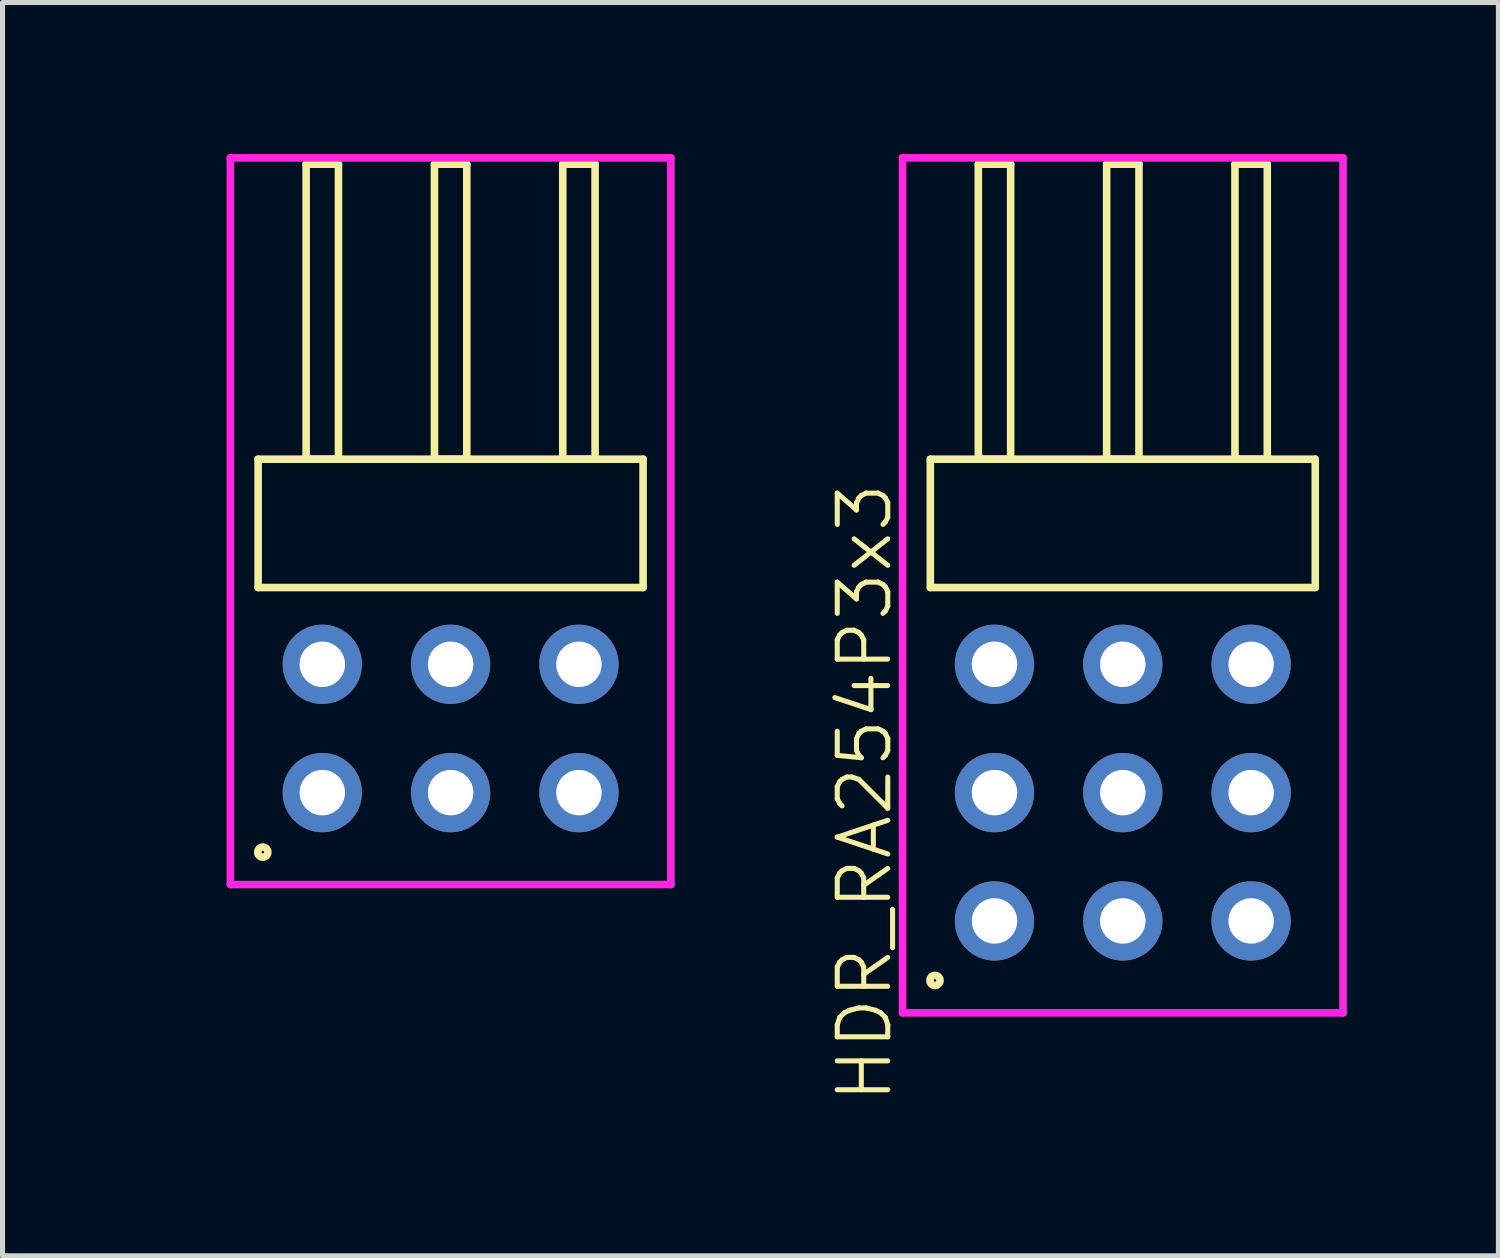
<source format=kicad_pcb>
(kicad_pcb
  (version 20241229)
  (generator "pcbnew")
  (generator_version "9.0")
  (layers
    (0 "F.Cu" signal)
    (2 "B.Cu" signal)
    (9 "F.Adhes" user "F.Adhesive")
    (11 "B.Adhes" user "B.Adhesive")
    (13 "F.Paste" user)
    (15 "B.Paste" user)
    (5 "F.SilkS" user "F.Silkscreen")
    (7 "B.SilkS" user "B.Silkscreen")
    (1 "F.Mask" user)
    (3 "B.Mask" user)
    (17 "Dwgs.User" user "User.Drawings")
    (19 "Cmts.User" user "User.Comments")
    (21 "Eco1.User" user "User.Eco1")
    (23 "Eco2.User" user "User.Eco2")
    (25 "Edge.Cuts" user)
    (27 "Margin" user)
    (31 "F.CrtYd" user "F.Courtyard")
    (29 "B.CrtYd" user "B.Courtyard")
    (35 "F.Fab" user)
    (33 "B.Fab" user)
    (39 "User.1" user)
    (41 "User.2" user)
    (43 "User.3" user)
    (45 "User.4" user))
  (footprint "HDR_RA254P3x2"
    (layer "F.Cu")
    (at 5.87 11.37)
    (property "Reference" "HDR_RA254P3x2" (at -5.11 0 90) (layer "User.1") (effects (font (size 1 1) (thickness 0.1))))
    (attr through_hole)
    (fp_line (start -3.81 -5.33) (end -3.81 -2.79) (stroke (width 0.15) (type solid)) (layer "F.SilkS"))
    (fp_line (start -3.81 -2.79) (end 3.81 -2.79) (stroke (width 0.15) (type solid)) (layer "F.SilkS"))
    (fp_line (start -2.86 -11.17) (end -2.86 -5.33) (stroke (width 0.15) (type solid)) (layer "F.SilkS"))
    (fp_line (start -2.86 -5.33) (end -2.22 -5.33) (stroke (width 0.15) (type solid)) (layer "F.SilkS"))
    (fp_line (start -2.22 -11.17) (end -2.86 -11.17) (stroke (width 0.15) (type solid)) (layer "F.SilkS"))
    (fp_line (start -2.22 -5.33) (end -2.22 -11.17) (stroke (width 0.15) (type solid)) (layer "F.SilkS"))
    (fp_line (start -0.32 -11.17) (end -0.32 -5.33) (stroke (width 0.15) (type solid)) (layer "F.SilkS"))
    (fp_line (start -0.32 -5.33) (end 0.32 -5.33) (stroke (width 0.15) (type solid)) (layer "F.SilkS"))
    (fp_line (start 0.32 -11.17) (end -0.32 -11.17) (stroke (width 0.15) (type solid)) (layer "F.SilkS"))
    (fp_line (start 0.32 -5.33) (end 0.32 -11.17) (stroke (width 0.15) (type solid)) (layer "F.SilkS"))
    (fp_line (start 2.22 -11.17) (end 2.22 -5.33) (stroke (width 0.15) (type solid)) (layer "F.SilkS"))
    (fp_line (start 2.22 -5.33) (end 2.86 -5.33) (stroke (width 0.15) (type solid)) (layer "F.SilkS"))
    (fp_line (start 2.86 -11.17) (end 2.22 -11.17) (stroke (width 0.15) (type solid)) (layer "F.SilkS"))
    (fp_line (start 2.86 -5.33) (end 2.86 -11.17) (stroke (width 0.15) (type solid)) (layer "F.SilkS"))
    (fp_line (start 3.81 -5.33) (end -3.81 -5.33) (stroke (width 0.15) (type solid)) (layer "F.SilkS"))
    (fp_line (start 3.81 -2.79) (end 3.81 -5.33) (stroke (width 0.15) (type solid)) (layer "F.SilkS"))
    (fp_circle (center -3.718 2.448) (end -3.618 2.448) (stroke (width 0.15) (type solid)) (fill no) (layer "F.SilkS"))
    (fp_line (start -4.36 -11.295) (end -4.36 3.09) (stroke (width 0.15) (type solid)) (layer "F.CrtYd"))
    (fp_line (start -4.36 3.09) (end 4.36 3.09) (stroke (width 0.15) (type solid)) (layer "F.CrtYd"))
    (fp_line (start 4.36 -11.295) (end -4.36 -11.295) (stroke (width 0.15) (type solid)) (layer "F.CrtYd"))
    (fp_line (start 4.36 3.09) (end 4.36 -11.295) (stroke (width 0.15) (type solid)) (layer "F.CrtYd"))
    (pad "1" thru_hole oval (at -2.54 1.27) (size 1.57 1.57) (drill 0.9) (layers "*.Cu" "*.Mask"))
    (pad "2" thru_hole oval (at -2.54 -1.27) (size 1.57 1.57) (drill 0.9) (layers "*.Cu" "*.Mask"))
    (pad "3" thru_hole oval (at 0 1.27) (size 1.57 1.57) (drill 0.9) (layers "*.Cu" "*.Mask"))
    (pad "4" thru_hole oval (at 0 -1.27) (size 1.57 1.57) (drill 0.9) (layers "*.Cu" "*.Mask"))
    (pad "5" thru_hole oval (at 2.54 1.27) (size 1.57 1.57) (drill 0.9) (layers "*.Cu" "*.Mask"))
    (pad "6" thru_hole oval (at 2.54 -1.27) (size 1.57 1.57) (drill 0.9) (layers "*.Cu" "*.Mask")))
  (footprint "HDR_RA254P3x3"
    (layer "F.Cu")
    (at 19.176 12.64)
    (property "Reference" "HDR_RA254P3x3" (at -5.11 0 90) (layer "F.SilkS") (effects (font (size 1 1) (thickness 0.1))))
    (attr through_hole)
    (fp_line (start -3.81 -6.6) (end -3.81 -4.06) (stroke (width 0.15) (type solid)) (layer "F.SilkS"))
    (fp_line (start -3.81 -4.06) (end 3.81 -4.06) (stroke (width 0.15) (type solid)) (layer "F.SilkS"))
    (fp_line (start -2.86 -12.44) (end -2.86 -6.6) (stroke (width 0.15) (type solid)) (layer "F.SilkS"))
    (fp_line (start -2.86 -6.6) (end -2.22 -6.6) (stroke (width 0.15) (type solid)) (layer "F.SilkS"))
    (fp_line (start -2.22 -12.44) (end -2.86 -12.44) (stroke (width 0.15) (type solid)) (layer "F.SilkS"))
    (fp_line (start -2.22 -6.6) (end -2.22 -12.44) (stroke (width 0.15) (type solid)) (layer "F.SilkS"))
    (fp_line (start -0.32 -12.44) (end -0.32 -6.6) (stroke (width 0.15) (type solid)) (layer "F.SilkS"))
    (fp_line (start -0.32 -6.6) (end 0.32 -6.6) (stroke (width 0.15) (type solid)) (layer "F.SilkS"))
    (fp_line (start 0.32 -12.44) (end -0.32 -12.44) (stroke (width 0.15) (type solid)) (layer "F.SilkS"))
    (fp_line (start 0.32 -6.6) (end 0.32 -12.44) (stroke (width 0.15) (type solid)) (layer "F.SilkS"))
    (fp_line (start 2.22 -12.44) (end 2.22 -6.6) (stroke (width 0.15) (type solid)) (layer "F.SilkS"))
    (fp_line (start 2.22 -6.6) (end 2.86 -6.6) (stroke (width 0.15) (type solid)) (layer "F.SilkS"))
    (fp_line (start 2.86 -12.44) (end 2.22 -12.44) (stroke (width 0.15) (type solid)) (layer "F.SilkS"))
    (fp_line (start 2.86 -6.6) (end 2.86 -12.44) (stroke (width 0.15) (type solid)) (layer "F.SilkS"))
    (fp_line (start 3.81 -6.6) (end -3.81 -6.6) (stroke (width 0.15) (type solid)) (layer "F.SilkS"))
    (fp_line (start 3.81 -4.06) (end 3.81 -6.6) (stroke (width 0.15) (type solid)) (layer "F.SilkS"))
    (fp_circle (center -3.718 3.718) (end -3.618 3.718) (stroke (width 0.15) (type solid)) (fill no) (layer "F.SilkS"))
    (fp_line (start -4.36 -12.565) (end -4.36 4.36) (stroke (width 0.15) (type solid)) (layer "F.CrtYd"))
    (fp_line (start -4.36 4.36) (end 4.36 4.36) (stroke (width 0.15) (type solid)) (layer "F.CrtYd"))
    (fp_line (start 4.36 -12.565) (end -4.36 -12.565) (stroke (width 0.15) (type solid)) (layer "F.CrtYd"))
    (fp_line (start 4.36 4.36) (end 4.36 -12.565) (stroke (width 0.15) (type solid)) (layer "F.CrtYd"))
    (pad "1" thru_hole oval (at -2.54 2.54) (size 1.57 1.57) (drill 0.9) (layers "*.Cu" "*.Mask"))
    (pad "2" thru_hole oval (at -2.54 0) (size 1.57 1.57) (drill 0.9) (layers "*.Cu" "*.Mask"))
    (pad "3" thru_hole oval (at -2.54 -2.54) (size 1.57 1.57) (drill 0.9) (layers "*.Cu" "*.Mask"))
    (pad "4" thru_hole oval (at 0 2.54) (size 1.57 1.57) (drill 0.9) (layers "*.Cu" "*.Mask"))
    (pad "5" thru_hole oval (at 0 0) (size 1.57 1.57) (drill 0.9) (layers "*.Cu" "*.Mask"))
    (pad "6" thru_hole oval (at 0 -2.54) (size 1.57 1.57) (drill 0.9) (layers "*.Cu" "*.Mask"))
    (pad "7" thru_hole oval (at 2.54 2.54) (size 1.57 1.57) (drill 0.9) (layers "*.Cu" "*.Mask"))
    (pad "8" thru_hole oval (at 2.54 0) (size 1.57 1.57) (drill 0.9) (layers "*.Cu" "*.Mask"))
    (pad "9" thru_hole oval (at 2.54 -2.54) (size 1.57 1.57) (drill 0.9) (layers "*.Cu" "*.Mask")))
  (gr_rect
    (start -3 -3)
    (end 26.611 21.809)
    (stroke (width 0.1) (type default))
    (fill no)
    (layer "Edge.Cuts")))
</source>
